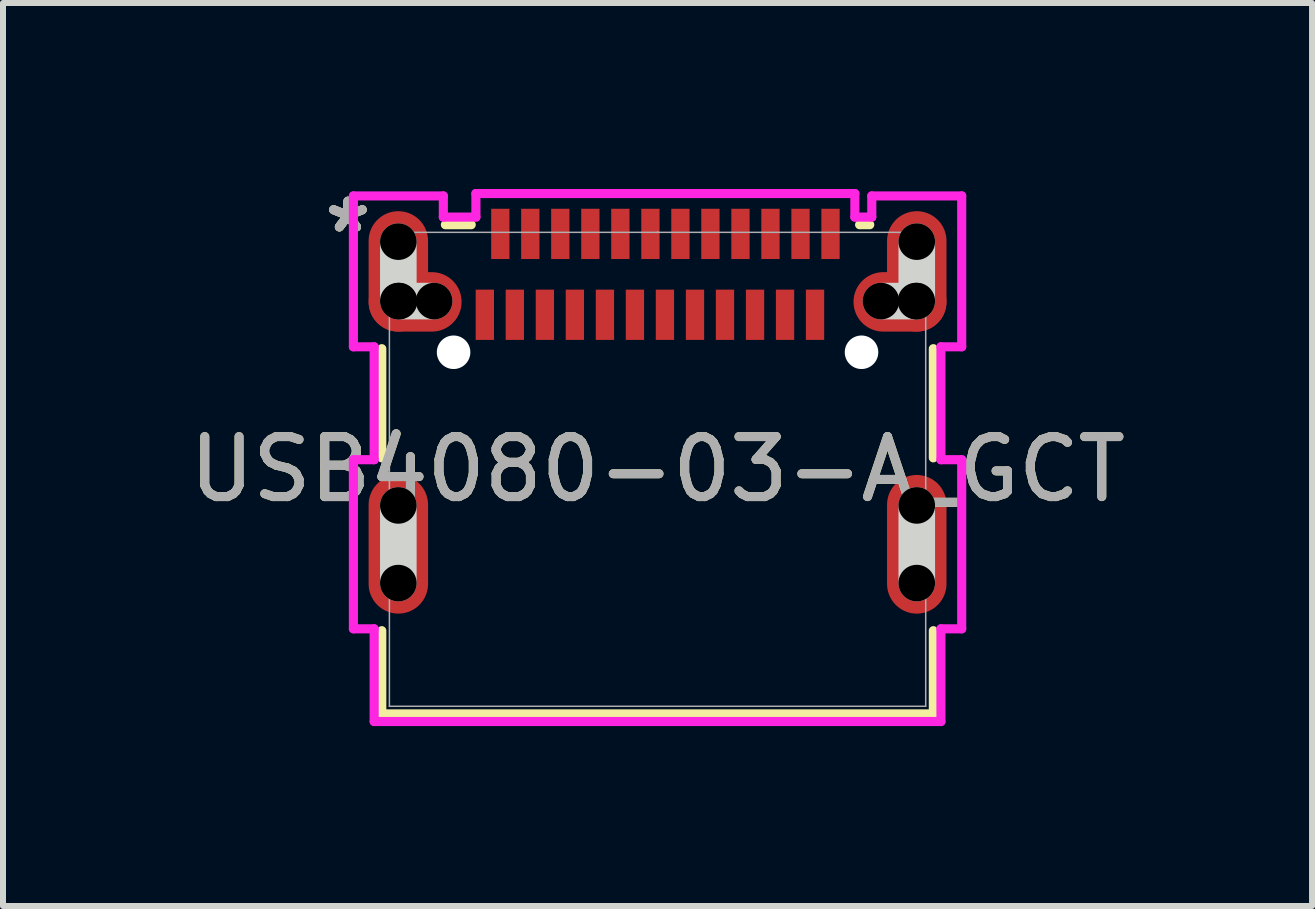
<source format=kicad_pcb>
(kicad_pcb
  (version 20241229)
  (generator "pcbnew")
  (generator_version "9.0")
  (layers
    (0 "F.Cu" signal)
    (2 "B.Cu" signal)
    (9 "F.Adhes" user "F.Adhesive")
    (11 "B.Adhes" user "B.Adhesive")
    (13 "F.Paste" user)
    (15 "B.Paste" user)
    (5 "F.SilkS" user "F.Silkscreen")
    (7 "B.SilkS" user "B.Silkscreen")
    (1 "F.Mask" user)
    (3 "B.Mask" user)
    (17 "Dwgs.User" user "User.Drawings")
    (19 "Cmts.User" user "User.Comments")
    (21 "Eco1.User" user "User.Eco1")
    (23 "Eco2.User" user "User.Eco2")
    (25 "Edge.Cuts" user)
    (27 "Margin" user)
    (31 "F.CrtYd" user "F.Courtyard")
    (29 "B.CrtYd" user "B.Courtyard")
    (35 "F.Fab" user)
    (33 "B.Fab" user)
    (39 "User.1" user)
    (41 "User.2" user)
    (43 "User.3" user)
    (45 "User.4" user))
  (footprint "USB4080-03-A_GCT"
    (layer "F.Cu")
    (at 7.911 4.773)
    (property "Reference" "USB4080-03-A_GCT" (at 0 0 0) (unlocked yes) (layer "F.SilkS") (effects (font (size 1 1) (thickness 0.15))))
    (attr smd)
    (fp_line (start -4.597 -2.011) (end -4.597 -0.191) (stroke (width 0.152) (type solid)) (layer "F.SilkS"))
    (fp_line (start -4.597 2.69) (end -4.597 4.077) (stroke (width 0.152) (type solid)) (layer "F.SilkS"))
    (fp_line (start -4.597 4.077) (end 4.597 4.077) (stroke (width 0.152) (type solid)) (layer "F.SilkS"))
    (fp_line (start -3.106 -4.077) (end -3.537 -4.077) (stroke (width 0.152) (type solid)) (layer "F.SilkS"))
    (fp_line (start 3.537 -4.077) (end 3.368 -4.077) (stroke (width 0.152) (type solid)) (layer "F.SilkS"))
    (fp_line (start 4.597 -0.191) (end 4.597 -2.011) (stroke (width 0.152) (type solid)) (layer "F.SilkS"))
    (fp_line (start 4.597 4.077) (end 4.597 2.69) (stroke (width 0.152) (type solid)) (layer "F.SilkS"))
    (fp_line (start -4.321 -2.804) (end -4.321 -3.795) (stroke (width 0.61) (type solid)) (layer "Edge.Cuts"))
    (fp_line (start -4.321 1.897) (end -4.321 0.602) (stroke (width 0.61) (type solid)) (layer "Edge.Cuts"))
    (fp_line (start -4.308 -2.804) (end -3.724 -2.804) (stroke (width 0.61) (type solid)) (layer "Edge.Cuts"))
    (fp_line (start 3.724 -2.804) (end 4.308 -2.804) (stroke (width 0.61) (type solid)) (layer "Edge.Cuts"))
    (fp_line (start 4.321 -2.804) (end 4.321 -3.795) (stroke (width 0.61) (type solid)) (layer "Edge.Cuts"))
    (fp_line (start 4.321 1.897) (end 4.321 0.602) (stroke (width 0.61) (type solid)) (layer "Edge.Cuts"))
    (fp_line (start -5.07 -4.557) (end -5.07 -2.042) (stroke (width 0.152) (type solid)) (layer "F.CrtYd"))
    (fp_line (start -5.07 -2.042) (end -4.724 -2.042) (stroke (width 0.152) (type solid)) (layer "F.CrtYd"))
    (fp_line (start -5.07 -0.16) (end -5.07 2.659) (stroke (width 0.152) (type solid)) (layer "F.CrtYd"))
    (fp_line (start -5.07 2.659) (end -4.724 2.659) (stroke (width 0.152) (type solid)) (layer "F.CrtYd"))
    (fp_line (start -4.724 -2.042) (end -4.724 -0.16) (stroke (width 0.152) (type solid)) (layer "F.CrtYd"))
    (fp_line (start -4.724 -0.16) (end -5.07 -0.16) (stroke (width 0.152) (type solid)) (layer "F.CrtYd"))
    (fp_line (start -4.724 2.659) (end -4.724 4.204) (stroke (width 0.152) (type solid)) (layer "F.CrtYd"))
    (fp_line (start -4.724 4.204) (end 4.724 4.204) (stroke (width 0.152) (type solid)) (layer "F.CrtYd"))
    (fp_line (start -3.571 -4.557) (end -5.07 -4.557) (stroke (width 0.152) (type solid)) (layer "F.CrtYd"))
    (fp_line (start -3.571 -4.204) (end -3.571 -4.557) (stroke (width 0.152) (type solid)) (layer "F.CrtYd"))
    (fp_line (start -3.028 -4.597) (end -3.028 -4.204) (stroke (width 0.152) (type solid)) (layer "F.CrtYd"))
    (fp_line (start -3.028 -4.204) (end -3.571 -4.204) (stroke (width 0.152) (type solid)) (layer "F.CrtYd"))
    (fp_line (start 3.289 -4.597) (end -3.028 -4.597) (stroke (width 0.152) (type solid)) (layer "F.CrtYd"))
    (fp_line (start 3.289 -4.204) (end 3.289 -4.597) (stroke (width 0.152) (type solid)) (layer "F.CrtYd"))
    (fp_line (start 3.571 -4.557) (end 3.571 -4.204) (stroke (width 0.152) (type solid)) (layer "F.CrtYd"))
    (fp_line (start 3.571 -4.204) (end 3.289 -4.204) (stroke (width 0.152) (type solid)) (layer "F.CrtYd"))
    (fp_line (start 4.724 -2.042) (end 5.07 -2.042) (stroke (width 0.152) (type solid)) (layer "F.CrtYd"))
    (fp_line (start 4.724 -0.16) (end 4.724 -2.042) (stroke (width 0.152) (type solid)) (layer "F.CrtYd"))
    (fp_line (start 4.724 2.659) (end 5.07 2.659) (stroke (width 0.152) (type solid)) (layer "F.CrtYd"))
    (fp_line (start 4.724 4.204) (end 4.724 2.659) (stroke (width 0.152) (type solid)) (layer "F.CrtYd"))
    (fp_line (start 5.07 -4.557) (end 3.571 -4.557) (stroke (width 0.152) (type solid)) (layer "F.CrtYd"))
    (fp_line (start 5.07 -2.042) (end 5.07 -4.557) (stroke (width 0.152) (type solid)) (layer "F.CrtYd"))
    (fp_line (start 5.07 -0.16) (end 4.724 -0.16) (stroke (width 0.152) (type solid)) (layer "F.CrtYd"))
    (fp_line (start 5.07 2.659) (end 5.07 -0.16) (stroke (width 0.152) (type solid)) (layer "F.CrtYd"))
    (fp_line (start -4.47 -3.95) (end -4.47 3.95) (stroke (width 0.025) (type solid)) (layer "F.Fab"))
    (fp_line (start -4.47 3.95) (end 4.47 3.95) (stroke (width 0.025) (type solid)) (layer "F.Fab"))
    (fp_line (start 0 -3.95) (end 0 -3.95) (stroke (width 0.025) (type solid)) (layer "F.Fab"))
    (fp_line (start 0 -3.95) (end 0 -3.95) (stroke (width 0.025) (type solid)) (layer "F.Fab"))
    (fp_line (start 0 -3.95) (end 0 -3.95) (stroke (width 0.025) (type solid)) (layer "F.Fab"))
    (fp_line (start 0 -3.95) (end 0 -3.95) (stroke (width 0.025) (type solid)) (layer "F.Fab"))
    (fp_line (start 4.47 -3.95) (end -4.47 -3.95) (stroke (width 0.025) (type solid)) (layer "F.Fab"))
    (fp_line (start 4.47 3.95) (end 4.47 -3.95) (stroke (width 0.025) (type solid)) (layer "F.Fab"))
    (fp_text user "*" (at -5.161 -3.924 0) (layer "F.SilkS") (effects (font (size 1 1) (thickness 0.15))))
    (fp_text user "*" (at -5.161 -3.924 0) (unlocked yes) (layer "F.SilkS") (effects (font (size 1 1) (thickness 0.15))))
    (fp_text user "${REFERENCE}" (at 0 0 0) (unlocked yes) (layer "F.Fab") (effects (font (size 1 1) (thickness 0.15))))
    (fp_text user "*" (at -5.161 -3.924 0) (layer "F.Fab") (effects (font (size 1 1) (thickness 0.15))))
    (fp_text user "*" (at -5.161 -3.924 0) (unlocked yes) (layer "F.Fab") (effects (font (size 1 1) (thickness 0.15))))
    (pad "" np_thru_hole circle (at -4.321 -3.795) (size 0.61 0.61) (drill 0.61) (layers))
    (pad "" np_thru_hole circle (at -4.321 -2.804) (size 0.61 0.61) (drill 0.61) (layers))
    (pad "" np_thru_hole circle (at -4.321 0.602) (size 0.61 0.61) (drill 0.61) (layers))
    (pad "" np_thru_hole circle (at -4.321 1.897) (size 0.61 0.61) (drill 0.61) (layers))
    (pad "" np_thru_hole circle (at -4.308 -2.804) (size 0.61 0.61) (drill 0.61) (layers))
    (pad "" np_thru_hole circle (at -3.724 -2.804) (size 0.61 0.61) (drill 0.61) (layers))
    (pad "" np_thru_hole circle (at -3.4 -1.951) (size 0.559 0.559) (drill 0.559) (layers "*.Cu" "*.Mask"))
    (pad "" np_thru_hole circle (at 3.4 -1.951) (size 0.559 0.559) (drill 0.559) (layers "*.Cu" "*.Mask"))
    (pad "" np_thru_hole circle (at 3.724 -2.804) (size 0.61 0.61) (drill 0.61) (layers))
    (pad "" np_thru_hole circle (at 4.308 -2.804) (size 0.61 0.61) (drill 0.61) (layers))
    (pad "" np_thru_hole circle (at 4.321 -3.795) (size 0.61 0.61) (drill 0.61) (layers))
    (pad "" np_thru_hole circle (at 4.321 -2.804) (size 0.61 0.61) (drill 0.61) (layers))
    (pad "" np_thru_hole circle (at 4.321 0.602) (size 0.61 0.61) (drill 0.61) (layers))
    (pad "" np_thru_hole circle (at 4.321 1.897) (size 0.61 0.61) (drill 0.61) (layers))
    (pad "27" smd oval (at -4.321 1.25) (size 0.991 2.311) (layers "F.Cu" "F.Mask" "F.Paste"))
    (pad "28" smd oval (at 4.321 1.25) (size 0.991 2.311) (layers "F.Cu" "F.Mask" "F.Paste"))
    (pad "29" smd oval (at -4.321 -3.299) (size 0.991 2.007) (layers "F.Cu" "F.Mask" "F.Paste"))
    (pad "30" smd oval (at 4.321 -3.299) (size 0.991 2.007) (layers "F.Cu" "F.Mask" "F.Paste"))
    (pad "31" smd oval (at -4.041 -2.791) (size 1.549 0.991) (layers "F.Cu" "F.Mask" "F.Paste"))
    (pad "32" smd oval (at 4.041 -2.791) (size 1.549 0.991) (layers "F.Cu" "F.Mask" "F.Paste"))
    (pad "A1" smd rect (at -2.621 -3.924) (size 0.305 0.838) (layers "F.Cu" "F.Mask" "F.Paste"))
    (pad "A2" smd rect (at -2.121 -3.924) (size 0.305 0.838) (layers "F.Cu" "F.Mask" "F.Paste"))
    (pad "A3" smd rect (at -1.621 -3.924) (size 0.305 0.838) (layers "F.Cu" "F.Mask" "F.Paste"))
    (pad "A4" smd rect (at -1.12 -3.924) (size 0.305 0.838) (layers "F.Cu" "F.Mask" "F.Paste"))
    (pad "A5" smd rect (at -0.62 -3.924) (size 0.305 0.838) (layers "F.Cu" "F.Mask" "F.Paste"))
    (pad "A6" smd rect (at -0.119 -3.924) (size 0.305 0.838) (layers "F.Cu" "F.Mask" "F.Paste"))
    (pad "A7" smd rect (at 0.381 -3.924) (size 0.305 0.838) (layers "F.Cu" "F.Mask" "F.Paste"))
    (pad "A8" smd rect (at 0.881 -3.924) (size 0.305 0.838) (layers "F.Cu" "F.Mask" "F.Paste"))
    (pad "A9" smd rect (at 1.382 -3.924) (size 0.305 0.838) (layers "F.Cu" "F.Mask" "F.Paste"))
    (pad "A10" smd rect (at 1.882 -3.924) (size 0.305 0.838) (layers "F.Cu" "F.Mask" "F.Paste"))
    (pad "A11" smd rect (at 2.383 -3.924) (size 0.305 0.838) (layers "F.Cu" "F.Mask" "F.Paste"))
    (pad "A12" smd rect (at 2.883 -3.924) (size 0.305 0.838) (layers "F.Cu" "F.Mask" "F.Paste"))
    (pad "B1" smd rect (at 2.625 -2.576) (size 0.305 0.838) (layers "F.Cu" "F.Mask" "F.Paste"))
    (pad "B2" smd rect (at 2.125 -2.576) (size 0.305 0.838) (layers "F.Cu" "F.Mask" "F.Paste"))
    (pad "B3" smd rect (at 1.625 -2.576) (size 0.305 0.838) (layers "F.Cu" "F.Mask" "F.Paste"))
    (pad "B4" smd rect (at 1.124 -2.576) (size 0.305 0.838) (layers "F.Cu" "F.Mask" "F.Paste"))
    (pad "B5" smd rect (at 0.624 -2.576) (size 0.305 0.838) (layers "F.Cu" "F.Mask" "F.Paste"))
    (pad "B6" smd rect (at 0.123 -2.576) (size 0.305 0.838) (layers "F.Cu" "F.Mask" "F.Paste"))
    (pad "B7" smd rect (at -0.377 -2.576) (size 0.305 0.838) (layers "F.Cu" "F.Mask" "F.Paste"))
    (pad "B8" smd rect (at -0.877 -2.576) (size 0.305 0.838) (layers "F.Cu" "F.Mask" "F.Paste"))
    (pad "B9" smd rect (at -1.378 -2.576) (size 0.305 0.838) (layers "F.Cu" "F.Mask" "F.Paste"))
    (pad "B10" smd rect (at -1.878 -2.576) (size 0.305 0.838) (layers "F.Cu" "F.Mask" "F.Paste"))
    (pad "B11" smd rect (at -2.379 -2.576) (size 0.305 0.838) (layers "F.Cu" "F.Mask" "F.Paste"))
    (pad "B12" smd rect (at -2.879 -2.576) (size 0.305 0.838) (layers "F.Cu" "F.Mask" "F.Paste")))
  (gr_rect
    (start -3 -3)
    (end 18.821 12.052)
    (stroke (width 0.1) (type default))
    (fill no)
    (layer "Edge.Cuts")))
</source>
